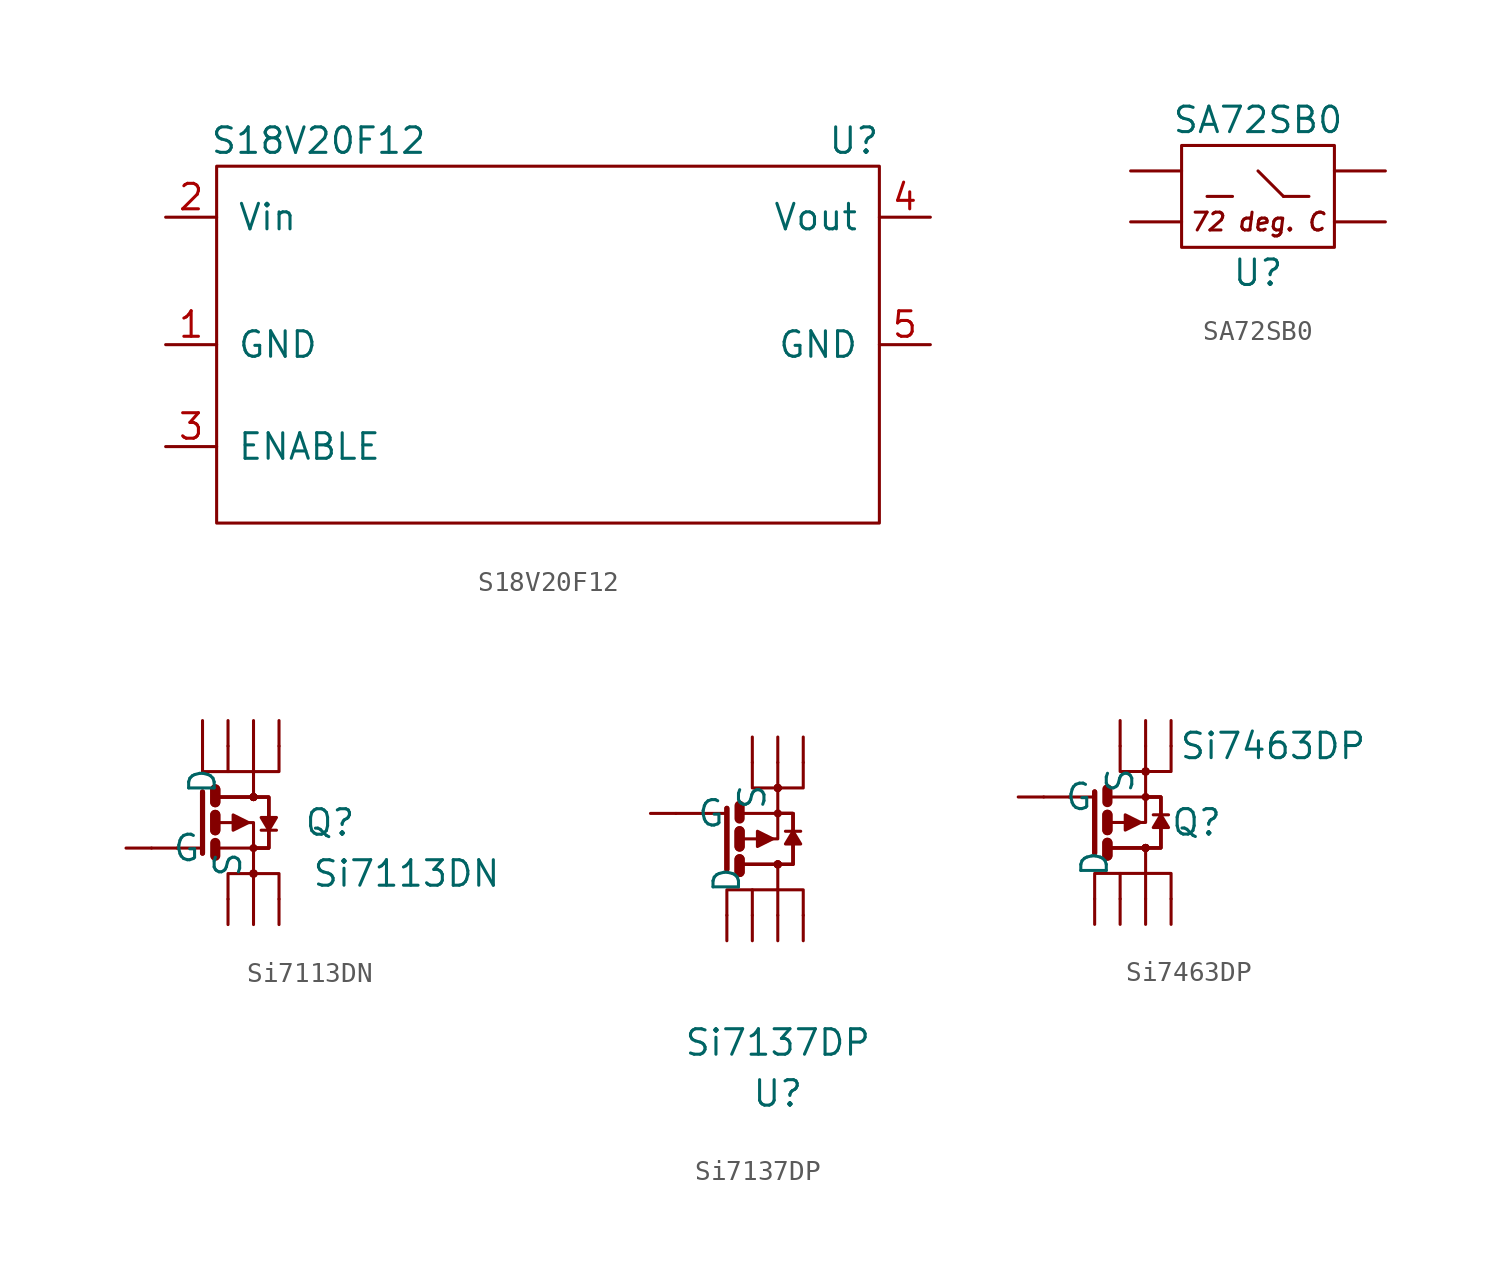
<source format=kicad_sym>
(kicad_symbol_lib
  (version 20211014)
  (generator kicad_symbol_editor)
  (symbol "S18V20F12"
    (pin_names
      (offset 1.016))
    (property "Reference" "U"
      (at 15.24 10.16 0)
      (effects (font (size 1.27 1.27))))
    (property "Value" "S18V20F12"
      (at -11.43 10.16 0)
      (effects (font (size 1.27 1.27))))
    (symbol "S18V20F12_0_1"
      (rectangle (start -16.51 8.89) (end 16.51 -8.89) (stroke (width 0) (type default) (color 0 0 0 0)) (fill (type none))))
    (symbol "S18V20F12_1_1"
      (pin bidirectional line (at -19.05 0 0) (length 2.54) (name "GND" (effects (font (size 1.27 1.27)))) (number "1" (effects (font (size 1.27 1.27)))))
      (pin bidirectional line (at -19.05 6.35 0) (length 2.54) (name "Vin" (effects (font (size 1.27 1.27)))) (number "2" (effects (font (size 1.27 1.27)))))
      (pin bidirectional line (at -19.05 -5.08 0) (length 2.54) (name "ENABLE" (effects (font (size 1.27 1.27)))) (number "3" (effects (font (size 1.27 1.27)))))
      (pin bidirectional line (at 19.05 6.35 180) (length 2.54) (name "Vout" (effects (font (size 1.27 1.27)))) (number "4" (effects (font (size 1.27 1.27)))))
      (pin bidirectional line (at 19.05 0 180) (length 2.54) (name "GND" (effects (font (size 1.27 1.27)))) (number "5" (effects (font (size 1.27 1.27)))))))
  (symbol "SA72SB0"
    (pin_names
      (offset 1.016))
    (property "Reference" "U"
      (at 0 -3.81 0)
      (effects (font (size 1.27 1.27))))
    (property "Value" "SA72SB0"
      (at 0 3.81 0)
      (effects (font (size 1.27 1.27))))
    (symbol "SA72SB0_0_0"
      (text "72 deg. C" (at 0 -1.27 0) (effects (font (size 0.889 0.889) italic))))
    (symbol "SA72SB0_0_1"
      (rectangle (start -3.81 2.54) (end 3.81 -2.54) (stroke (width 0) (type default) (color 0 0 0 0)) (fill (type none)))
      (polyline (pts (xy -2.54 0) (xy -1.27 0)) (stroke (width 0) (type default) (color 0 0 0 0)) (fill (type none)))
      (polyline (pts (xy 0 1.27) (xy 1.27 0)) (stroke (width 0) (type default) (color 0 0 0 0)) (fill (type none)))
      (polyline (pts (xy 1.27 0) (xy 2.54 0)) (stroke (width 0) (type default) (color 0 0 0 0)) (fill (type none))))
    (symbol "SA72SB0_1_1"
      (pin output line (at -6.35 1.27 0) (length 2.54) (name "~" (effects (font (size 1.245 1.245)))) (number "1" (effects (font (size 0 0)))))
      (pin output line (at -6.35 -1.27 0) (length 2.54) (name "~" (effects (font (size 1.245 1.245)))) (number "2" (effects (font (size 0 0)))))
      (pin output line (at 6.35 -1.27 180) (length 2.54) (name "~" (effects (font (size 1.245 1.245)))) (number "3" (effects (font (size 0 0)))))
      (pin output line (at 6.35 1.27 180) (length 2.54) (name "~" (effects (font (size 1.245 1.245)))) (number "4" (effects (font (size 0 0)))))))
  (symbol "Si7113DN"
    (pin_names
      (offset 1.016))
    (property "Reference" "Q"
      (at 6.35 1.27 0)
      (effects (font (size 1.27 1.27))))
    (property "Value" "Si7113DN"
      (at 10.16 -1.27 0)
      (effects (font (size 1.27 1.27))))
    (symbol "Si7113DN_1_1"
      (polyline (pts (xy -2.54 0) (xy -1.27 0)) (stroke (width 0) (type default) (color 0 0 0 0)) (fill (type none)))
      (polyline (pts (xy 0 0) (xy -1.27 0)) (stroke (width 0) (type default) (color 0 0 0 0)) (fill (type none)))
      (polyline (pts (xy 0.635 0.254) (xy 0.635 -0.381)) (stroke (width 0.508) (type default) (color 0 0 0 0)) (fill (type none)))
      (polyline (pts (xy 0.635 1.651) (xy 0.635 0.889)) (stroke (width 0.508) (type default) (color 0 0 0 0)) (fill (type none)))
      (polyline (pts (xy 0.635 1.651) (xy 0.635 0.889)) (stroke (width 0.508) (type default) (color 0 0 0 0)) (fill (type none)))
      (polyline (pts (xy 0.635 2.921) (xy 0.635 2.286)) (stroke (width 0.508) (type default) (color 0 0 0 0)) (fill (type none)))
      (polyline (pts (xy 0.635 2.921) (xy 0.635 2.286)) (stroke (width 0.508) (type default) (color 0 0 0 0)) (fill (type none)))
      (polyline (pts (xy 0.762 0) (xy 2.54 0)) (stroke (width 0) (type default) (color 0 0 0 0)) (fill (type none)))
      (polyline (pts (xy 0.762 2.54) (xy 2.54 2.54)) (stroke (width 0) (type default) (color 0 0 0 0)) (fill (type none)))
      (polyline (pts (xy 0.762 2.54) (xy 2.54 2.54)) (stroke (width 0) (type default) (color 0 0 0 0)) (fill (type none)))
      (polyline (pts (xy 0.762 2.54) (xy 2.54 2.54)) (stroke (width 0) (type default) (color 0 0 0 0)) (fill (type none)))
      (polyline (pts (xy 0.762 2.54) (xy 2.54 2.54)) (stroke (width 0) (type default) (color 0 0 0 0)) (fill (type none)))
      (polyline (pts (xy 1.27 5.08) (xy 1.27 3.81)) (stroke (width 0) (type default) (color 0 0 0 0)) (fill (type none)))
      (polyline (pts (xy 2.54 -1.27) (xy 2.54 -2.54)) (stroke (width 0) (type default) (color 0 0 0 0)) (fill (type none)))
      (polyline (pts (xy 2.54 0) (xy 2.54 -1.27)) (stroke (width 0) (type default) (color 0 0 0 0)) (fill (type none)))
      (polyline (pts (xy 2.54 5.08) (xy 2.54 3.81)) (stroke (width 0) (type default) (color 0 0 0 0)) (fill (type none)))
      (polyline (pts (xy 2.921 0.889) (xy 3.683 0.889)) (stroke (width 0) (type default) (color 0 0 0 0)) (fill (type none)))
      (polyline (pts (xy 0 2.794) (xy 0 -0.254) (xy 0 -0.254)) (stroke (width 0.254) (type default) (color 0 0 0 0)) (fill (type none)))
      (polyline (pts (xy 0 2.794) (xy 0 -0.254) (xy 0 -0.254)) (stroke (width 0.254) (type default) (color 0 0 0 0)) (fill (type none)))
      (polyline (pts (xy 0.762 1.27) (xy 2.54 1.27) (xy 2.54 0)) (stroke (width 0) (type default) (color 0 0 0 0)) (fill (type none)))
      (polyline (pts (xy 2.54 -1.27) (xy 1.27 -1.27) (xy 1.27 -2.54)) (stroke (width 0) (type default) (color 0 0 0 0)) (fill (type none)))
      (polyline (pts (xy 2.54 -1.27) (xy 3.81 -1.27) (xy 3.81 -2.54)) (stroke (width 0) (type default) (color 0 0 0 0)) (fill (type none)))
      (polyline (pts (xy 3.81 5.08) (xy 3.81 3.81) (xy 2.54 3.81)) (stroke (width 0) (type default) (color 0 0 0 0)) (fill (type none)))
      (polyline (pts (xy 0 5.08) (xy 0 3.81) (xy 2.54 3.81) (xy 2.54 2.54)) (stroke (width 0) (type default) (color 0 0 0 0)) (fill (type none)))
      (polyline (pts (xy 2.286 1.27) (xy 1.524 1.651) (xy 1.524 0.889) (xy 2.286 1.27)) (stroke (width 0) (type default) (color 0 0 0 0)) (fill (type outline)))
      (polyline (pts (xy 2.54 0) (xy 3.302 0) (xy 3.302 2.54) (xy 2.54 2.54)) (stroke (width 0) (type default) (color 0 0 0 0)) (fill (type none)))
      (polyline (pts (xy 2.54 0) (xy 3.302 0) (xy 3.302 2.54) (xy 2.54 2.54)) (stroke (width 0) (type default) (color 0 0 0 0)) (fill (type none)))
      (polyline (pts (xy 2.54 0) (xy 3.302 0) (xy 3.302 2.54) (xy 2.54 2.54)) (stroke (width 0) (type default) (color 0 0 0 0)) (fill (type none)))
      (polyline (pts (xy 2.54 0) (xy 3.302 0) (xy 3.302 2.54) (xy 2.54 2.54)) (stroke (width 0) (type default) (color 0 0 0 0)) (fill (type none)))
      (polyline (pts (xy 3.302 0.889) (xy 2.921 1.524) (xy 3.683 1.524) (xy 3.302 0.889)) (stroke (width 0) (type default) (color 0 0 0 0)) (fill (type outline)))
      (circle (center 2.54 -1.27) (radius 0.127) (stroke (width 0) (type default) (color 0 0 0 0)) (fill (type none)))
      (circle (center 2.54 -1.27) (radius 0.127) (stroke (width 0) (type default) (color 0 0 0 0)) (fill (type none)))
      (circle (center 2.54 -1.27) (radius 0.127) (stroke (width 0) (type default) (color 0 0 0 0)) (fill (type none)))
      (circle (center 2.54 -1.27) (radius 0.127) (stroke (width 0) (type default) (color 0 0 0 0)) (fill (type none)))
      (circle (center 2.54 0) (radius 0.127) (stroke (width 0) (type default) (color 0 0 0 0)) (fill (type none)))
      (circle (center 2.54 2.54) (radius 0.127) (stroke (width 0) (type default) (color 0 0 0 0)) (fill (type none)))
      (circle (center 2.54 2.54) (radius 0.127) (stroke (width 0) (type default) (color 0 0 0 0)) (fill (type none)))
      (circle (center 2.54 2.54) (radius 0.127) (stroke (width 0) (type default) (color 0 0 0 0)) (fill (type none)))
      (circle (center 2.54 2.54) (radius 0.127) (stroke (width 0) (type default) (color 0 0 0 0)) (fill (type none)))
      (pin bidirectional line (at 3.81 -3.81 90) (length 1.27) (name "S" (effects (font (size 0 0)))) (number "1" (effects (font (size 0 0)))))
      (pin bidirectional line (at 1.27 -3.81 90) (length 1.27) (name "S" (effects (font (size 1.27 1.27)))) (number "2" (effects (font (size 0 0)))))
      (pin bidirectional line (at 2.54 -3.81 90) (length 1.27) (name "S" (effects (font (size 0 0)))) (number "3" (effects (font (size 0 0)))))
      (pin bidirectional line (at -3.81 0 0) (length 1.27) (name "G" (effects (font (size 1.27 1.27)))) (number "4" (effects (font (size 0 0)))))
      (pin bidirectional line (at 0 6.35 270) (length 1.27) (name "D" (effects (font (size 1.27 1.27)))) (number "5" (effects (font (size 0 0)))))
      (pin bidirectional line (at 1.27 6.35 270) (length 1.27) (name "D" (effects (font (size 0 0)))) (number "5" (effects (font (size 0 0)))))
      (pin bidirectional line (at 2.54 6.35 270) (length 1.27) (name "D" (effects (font (size 0 0)))) (number "5" (effects (font (size 0 0)))))
      (pin bidirectional line (at 3.81 6.35 270) (length 1.27) (name "D" (effects (font (size 0 0)))) (number "5" (effects (font (size 0 0)))))))
  (symbol "Si7137DP"
    (pin_names
      (offset 1.016))
    (property "Reference" "U"
      (at 0 -12.7 0)
      (effects (font (size 1.27 1.27))))
    (property "Value" "Si7137DP"
      (at 0 -10.16 0)
      (effects (font (size 1.27 1.27))))
    (symbol "Si7137DP_1_1"
      (circle (center 0 -1.27) (radius 0.127) (stroke (width 0) (type default) (color 0 0 0 0)) (fill (type none)))
      (circle (center 0 -1.27) (radius 0.127) (stroke (width 0) (type default) (color 0 0 0 0)) (fill (type none)))
      (circle (center 0 -1.27) (radius 0.127) (stroke (width 0) (type default) (color 0 0 0 0)) (fill (type none)))
      (circle (center 0 -1.27) (radius 0.127) (stroke (width 0) (type default) (color 0 0 0 0)) (fill (type none)))
      (polyline (pts (xy -5.08 1.27) (xy -3.81 1.27)) (stroke (width 0) (type default) (color 0 0 0 0)) (fill (type none)))
      (polyline (pts (xy -2.54 1.27) (xy -3.81 1.27)) (stroke (width 0) (type default) (color 0 0 0 0)) (fill (type none)))
      (polyline (pts (xy -1.905 -1.651) (xy -1.905 -1.016)) (stroke (width 0.508) (type default) (color 0 0 0 0)) (fill (type none)))
      (polyline (pts (xy -1.905 -1.651) (xy -1.905 -1.016)) (stroke (width 0.508) (type default) (color 0 0 0 0)) (fill (type none)))
      (polyline (pts (xy -1.905 -0.381) (xy -1.905 0.381)) (stroke (width 0.508) (type default) (color 0 0 0 0)) (fill (type none)))
      (polyline (pts (xy -1.905 -0.381) (xy -1.905 0.381)) (stroke (width 0.508) (type default) (color 0 0 0 0)) (fill (type none)))
      (polyline (pts (xy -1.905 1.016) (xy -1.905 1.651)) (stroke (width 0.508) (type default) (color 0 0 0 0)) (fill (type none)))
      (polyline (pts (xy -1.778 -1.27) (xy 0 -1.27)) (stroke (width 0) (type default) (color 0 0 0 0)) (fill (type none)))
      (polyline (pts (xy -1.778 -1.27) (xy 0 -1.27)) (stroke (width 0) (type default) (color 0 0 0 0)) (fill (type none)))
      (polyline (pts (xy -1.778 -1.27) (xy 0 -1.27)) (stroke (width 0) (type default) (color 0 0 0 0)) (fill (type none)))
      (polyline (pts (xy -1.778 -1.27) (xy 0 -1.27)) (stroke (width 0) (type default) (color 0 0 0 0)) (fill (type none)))
      (polyline (pts (xy -1.778 1.27) (xy 0 1.27)) (stroke (width 0) (type default) (color 0 0 0 0)) (fill (type none)))
      (polyline (pts (xy -1.27 -3.81) (xy -1.27 -2.54)) (stroke (width 0) (type default) (color 0 0 0 0)) (fill (type none)))
      (polyline (pts (xy 0 -3.81) (xy 0 -2.54)) (stroke (width 0) (type default) (color 0 0 0 0)) (fill (type none)))
      (polyline (pts (xy 0 1.27) (xy 0 2.54)) (stroke (width 0) (type default) (color 0 0 0 0)) (fill (type none)))
      (polyline (pts (xy 0 2.54) (xy 0 3.81)) (stroke (width 0) (type default) (color 0 0 0 0)) (fill (type none)))
      (polyline (pts (xy 0.381 0.381) (xy 1.143 0.381)) (stroke (width 0) (type default) (color 0 0 0 0)) (fill (type none)))
      (polyline (pts (xy -2.54 -1.524) (xy -2.54 1.524) (xy -2.54 1.524)) (stroke (width 0.254) (type default) (color 0 0 0 0)) (fill (type none)))
      (polyline (pts (xy -2.54 -1.524) (xy -2.54 1.524) (xy -2.54 1.524)) (stroke (width 0.254) (type default) (color 0 0 0 0)) (fill (type none)))
      (polyline (pts (xy -1.778 0) (xy 0 0) (xy 0 1.27)) (stroke (width 0) (type default) (color 0 0 0 0)) (fill (type none)))
      (polyline (pts (xy 0 2.54) (xy -1.27 2.54) (xy -1.27 3.81)) (stroke (width 0) (type default) (color 0 0 0 0)) (fill (type none)))
      (polyline (pts (xy 0 2.54) (xy 1.27 2.54) (xy 1.27 3.81)) (stroke (width 0) (type default) (color 0 0 0 0)) (fill (type none)))
      (polyline (pts (xy 1.27 -3.81) (xy 1.27 -2.54) (xy 0 -2.54)) (stroke (width 0) (type default) (color 0 0 0 0)) (fill (type none)))
      (polyline (pts (xy -2.54 -3.81) (xy -2.54 -2.54) (xy 0 -2.54) (xy 0 -1.27)) (stroke (width 0) (type default) (color 0 0 0 0)) (fill (type none)))
      (polyline (pts (xy -0.254 0) (xy -1.016 -0.381) (xy -1.016 0.381) (xy -0.254 0)) (stroke (width 0) (type default) (color 0 0 0 0)) (fill (type outline)))
      (polyline (pts (xy 0 1.27) (xy 0.762 1.27) (xy 0.762 -1.27) (xy 0 -1.27)) (stroke (width 0) (type default) (color 0 0 0 0)) (fill (type none)))
      (polyline (pts (xy 0 1.27) (xy 0.762 1.27) (xy 0.762 -1.27) (xy 0 -1.27)) (stroke (width 0) (type default) (color 0 0 0 0)) (fill (type none)))
      (polyline (pts (xy 0 1.27) (xy 0.762 1.27) (xy 0.762 -1.27) (xy 0 -1.27)) (stroke (width 0) (type default) (color 0 0 0 0)) (fill (type none)))
      (polyline (pts (xy 0 1.27) (xy 0.762 1.27) (xy 0.762 -1.27) (xy 0 -1.27)) (stroke (width 0) (type default) (color 0 0 0 0)) (fill (type none)))
      (polyline (pts (xy 0.762 0.381) (xy 0.381 -0.254) (xy 1.143 -0.254) (xy 0.762 0.381)) (stroke (width 0) (type default) (color 0 0 0 0)) (fill (type outline)))
      (circle (center 0 1.27) (radius 0.127) (stroke (width 0) (type default) (color 0 0 0 0)) (fill (type none)))
      (circle (center 0 2.54) (radius 0.127) (stroke (width 0) (type default) (color 0 0 0 0)) (fill (type none)))
      (circle (center 0 2.54) (radius 0.127) (stroke (width 0) (type default) (color 0 0 0 0)) (fill (type none)))
      (circle (center 0 2.54) (radius 0.127) (stroke (width 0) (type default) (color 0 0 0 0)) (fill (type none)))
      (circle (center 0 2.54) (radius 0.127) (stroke (width 0) (type default) (color 0 0 0 0)) (fill (type none)))
      (pin passive line (at -1.27 5.08 270) (length 1.27) (name "S" (effects (font (size 1.27 1.27)))) (number "1" (effects (font (size 0 0)))))
      (pin bidirectional line (at 0 5.08 270) (length 1.27) (name "S" (effects (font (size 0 0)))) (number "2" (effects (font (size 0 0)))))
      (pin power_in line (at 1.27 5.08 270) (length 1.27) (name "S" (effects (font (size 0 0)))) (number "3" (effects (font (size 0 0)))))
      (pin passive line (at -6.35 1.27 0) (length 1.27) (name "G" (effects (font (size 1.27 1.27)))) (number "4" (effects (font (size 0 0)))))
      (pin passive line (at -2.54 -5.08 90) (length 1.27) (name "D" (effects (font (size 1.27 1.27)))) (number "5" (effects (font (size 0 0)))))
      (pin power_in line (at -1.27 -5.08 90) (length 1.27) (name "D" (effects (font (size 0 0)))) (number "6" (effects (font (size 0 0)))))
      (pin power_in line (at 0 -5.08 90) (length 1.27) (name "D" (effects (font (size 0 0)))) (number "7" (effects (font (size 0 0)))))
      (pin power_in line (at 1.27 -5.08 90) (length 1.27) (name "D" (effects (font (size 0 0)))) (number "8" (effects (font (size 0 0)))))))
  (symbol "Si7463DP"
    (pin_names
      (offset 1.016))
    (property "Reference" "Q"
      (at 2.54 0 0)
      (effects (font (size 1.27 1.27))))
    (property "Value" "Si7463DP"
      (at 6.35 3.81 0)
      (effects (font (size 1.27 1.27))))
    (symbol "Si7463DP_1_1"
      (circle (center 0 -1.27) (radius 0.127) (stroke (width 0) (type default) (color 0 0 0 0)) (fill (type none)))
      (circle (center 0 -1.27) (radius 0.127) (stroke (width 0) (type default) (color 0 0 0 0)) (fill (type none)))
      (circle (center 0 -1.27) (radius 0.127) (stroke (width 0) (type default) (color 0 0 0 0)) (fill (type none)))
      (circle (center 0 -1.27) (radius 0.127) (stroke (width 0) (type default) (color 0 0 0 0)) (fill (type none)))
      (polyline (pts (xy -5.08 1.27) (xy -3.81 1.27)) (stroke (width 0) (type default) (color 0 0 0 0)) (fill (type none)))
      (polyline (pts (xy -2.54 1.27) (xy -3.81 1.27)) (stroke (width 0) (type default) (color 0 0 0 0)) (fill (type none)))
      (polyline (pts (xy -1.905 -1.651) (xy -1.905 -1.016)) (stroke (width 0.508) (type default) (color 0 0 0 0)) (fill (type none)))
      (polyline (pts (xy -1.905 -1.651) (xy -1.905 -1.016)) (stroke (width 0.508) (type default) (color 0 0 0 0)) (fill (type none)))
      (polyline (pts (xy -1.905 -0.381) (xy -1.905 0.381)) (stroke (width 0.508) (type default) (color 0 0 0 0)) (fill (type none)))
      (polyline (pts (xy -1.905 -0.381) (xy -1.905 0.381)) (stroke (width 0.508) (type default) (color 0 0 0 0)) (fill (type none)))
      (polyline (pts (xy -1.905 1.016) (xy -1.905 1.651)) (stroke (width 0.508) (type default) (color 0 0 0 0)) (fill (type none)))
      (polyline (pts (xy -1.778 -1.27) (xy 0 -1.27)) (stroke (width 0) (type default) (color 0 0 0 0)) (fill (type none)))
      (polyline (pts (xy -1.778 -1.27) (xy 0 -1.27)) (stroke (width 0) (type default) (color 0 0 0 0)) (fill (type none)))
      (polyline (pts (xy -1.778 -1.27) (xy 0 -1.27)) (stroke (width 0) (type default) (color 0 0 0 0)) (fill (type none)))
      (polyline (pts (xy -1.778 -1.27) (xy 0 -1.27)) (stroke (width 0) (type default) (color 0 0 0 0)) (fill (type none)))
      (polyline (pts (xy -1.778 1.27) (xy 0 1.27)) (stroke (width 0) (type default) (color 0 0 0 0)) (fill (type none)))
      (polyline (pts (xy -1.27 -3.81) (xy -1.27 -2.54)) (stroke (width 0) (type default) (color 0 0 0 0)) (fill (type none)))
      (polyline (pts (xy 0 -3.81) (xy 0 -2.54)) (stroke (width 0) (type default) (color 0 0 0 0)) (fill (type none)))
      (polyline (pts (xy 0 1.27) (xy 0 2.54)) (stroke (width 0) (type default) (color 0 0 0 0)) (fill (type none)))
      (polyline (pts (xy 0 2.54) (xy 0 3.81)) (stroke (width 0) (type default) (color 0 0 0 0)) (fill (type none)))
      (polyline (pts (xy 0.381 0.381) (xy 1.143 0.381)) (stroke (width 0) (type default) (color 0 0 0 0)) (fill (type none)))
      (polyline (pts (xy -2.54 -1.524) (xy -2.54 1.524) (xy -2.54 1.524)) (stroke (width 0.254) (type default) (color 0 0 0 0)) (fill (type none)))
      (polyline (pts (xy -2.54 -1.524) (xy -2.54 1.524) (xy -2.54 1.524)) (stroke (width 0.254) (type default) (color 0 0 0 0)) (fill (type none)))
      (polyline (pts (xy -1.778 0) (xy 0 0) (xy 0 1.27)) (stroke (width 0) (type default) (color 0 0 0 0)) (fill (type none)))
      (polyline (pts (xy 0 2.54) (xy -1.27 2.54) (xy -1.27 3.81)) (stroke (width 0) (type default) (color 0 0 0 0)) (fill (type none)))
      (polyline (pts (xy 0 2.54) (xy 1.27 2.54) (xy 1.27 3.81)) (stroke (width 0) (type default) (color 0 0 0 0)) (fill (type none)))
      (polyline (pts (xy 1.27 -3.81) (xy 1.27 -2.54) (xy 0 -2.54)) (stroke (width 0) (type default) (color 0 0 0 0)) (fill (type none)))
      (polyline (pts (xy -2.54 -3.81) (xy -2.54 -2.54) (xy 0 -2.54) (xy 0 -1.27)) (stroke (width 0) (type default) (color 0 0 0 0)) (fill (type none)))
      (polyline (pts (xy -0.254 0) (xy -1.016 -0.381) (xy -1.016 0.381) (xy -0.254 0)) (stroke (width 0) (type default) (color 0 0 0 0)) (fill (type outline)))
      (polyline (pts (xy 0 1.27) (xy 0.762 1.27) (xy 0.762 -1.27) (xy 0 -1.27)) (stroke (width 0) (type default) (color 0 0 0 0)) (fill (type none)))
      (polyline (pts (xy 0 1.27) (xy 0.762 1.27) (xy 0.762 -1.27) (xy 0 -1.27)) (stroke (width 0) (type default) (color 0 0 0 0)) (fill (type none)))
      (polyline (pts (xy 0 1.27) (xy 0.762 1.27) (xy 0.762 -1.27) (xy 0 -1.27)) (stroke (width 0) (type default) (color 0 0 0 0)) (fill (type none)))
      (polyline (pts (xy 0 1.27) (xy 0.762 1.27) (xy 0.762 -1.27) (xy 0 -1.27)) (stroke (width 0) (type default) (color 0 0 0 0)) (fill (type none)))
      (polyline (pts (xy 0.762 0.381) (xy 0.381 -0.254) (xy 1.143 -0.254) (xy 0.762 0.381)) (stroke (width 0) (type default) (color 0 0 0 0)) (fill (type outline)))
      (circle (center 0 1.27) (radius 0.127) (stroke (width 0) (type default) (color 0 0 0 0)) (fill (type none)))
      (circle (center 0 2.54) (radius 0.127) (stroke (width 0) (type default) (color 0 0 0 0)) (fill (type none)))
      (circle (center 0 2.54) (radius 0.127) (stroke (width 0) (type default) (color 0 0 0 0)) (fill (type none)))
      (circle (center 0 2.54) (radius 0.127) (stroke (width 0) (type default) (color 0 0 0 0)) (fill (type none)))
      (circle (center 0 2.54) (radius 0.127) (stroke (width 0) (type default) (color 0 0 0 0)) (fill (type none)))
      (pin power_out line (at -1.27 5.08 270) (length 1.27) (name "S" (effects (font (size 1.27 1.27)))) (number "1" (effects (font (size 0 0)))))
      (pin power_out line (at 0 5.08 270) (length 1.27) (name "S" (effects (font (size 0 0)))) (number "2" (effects (font (size 0 0)))))
      (pin power_out line (at 1.27 5.08 270) (length 1.27) (name "S" (effects (font (size 0 0)))) (number "3" (effects (font (size 0 0)))))
      (pin passive line (at -6.35 1.27 0) (length 1.27) (name "G" (effects (font (size 1.27 1.27)))) (number "4" (effects (font (size 0 0)))))
      (pin power_in line (at -2.54 -5.08 90) (length 1.27) (name "D" (effects (font (size 1.27 1.27)))) (number "5" (effects (font (size 0 0)))))
      (pin power_in line (at -1.27 -5.08 90) (length 1.27) (name "D" (effects (font (size 0 0)))) (number "5" (effects (font (size 0 0)))))
      (pin power_in line (at 0 -5.08 90) (length 1.27) (name "D" (effects (font (size 0 0)))) (number "5" (effects (font (size 0 0)))))
      (pin power_in line (at 1.27 -5.08 90) (length 1.27) (name "D" (effects (font (size 0 0)))) (number "5" (effects (font (size 0 0))))))))
</source>
